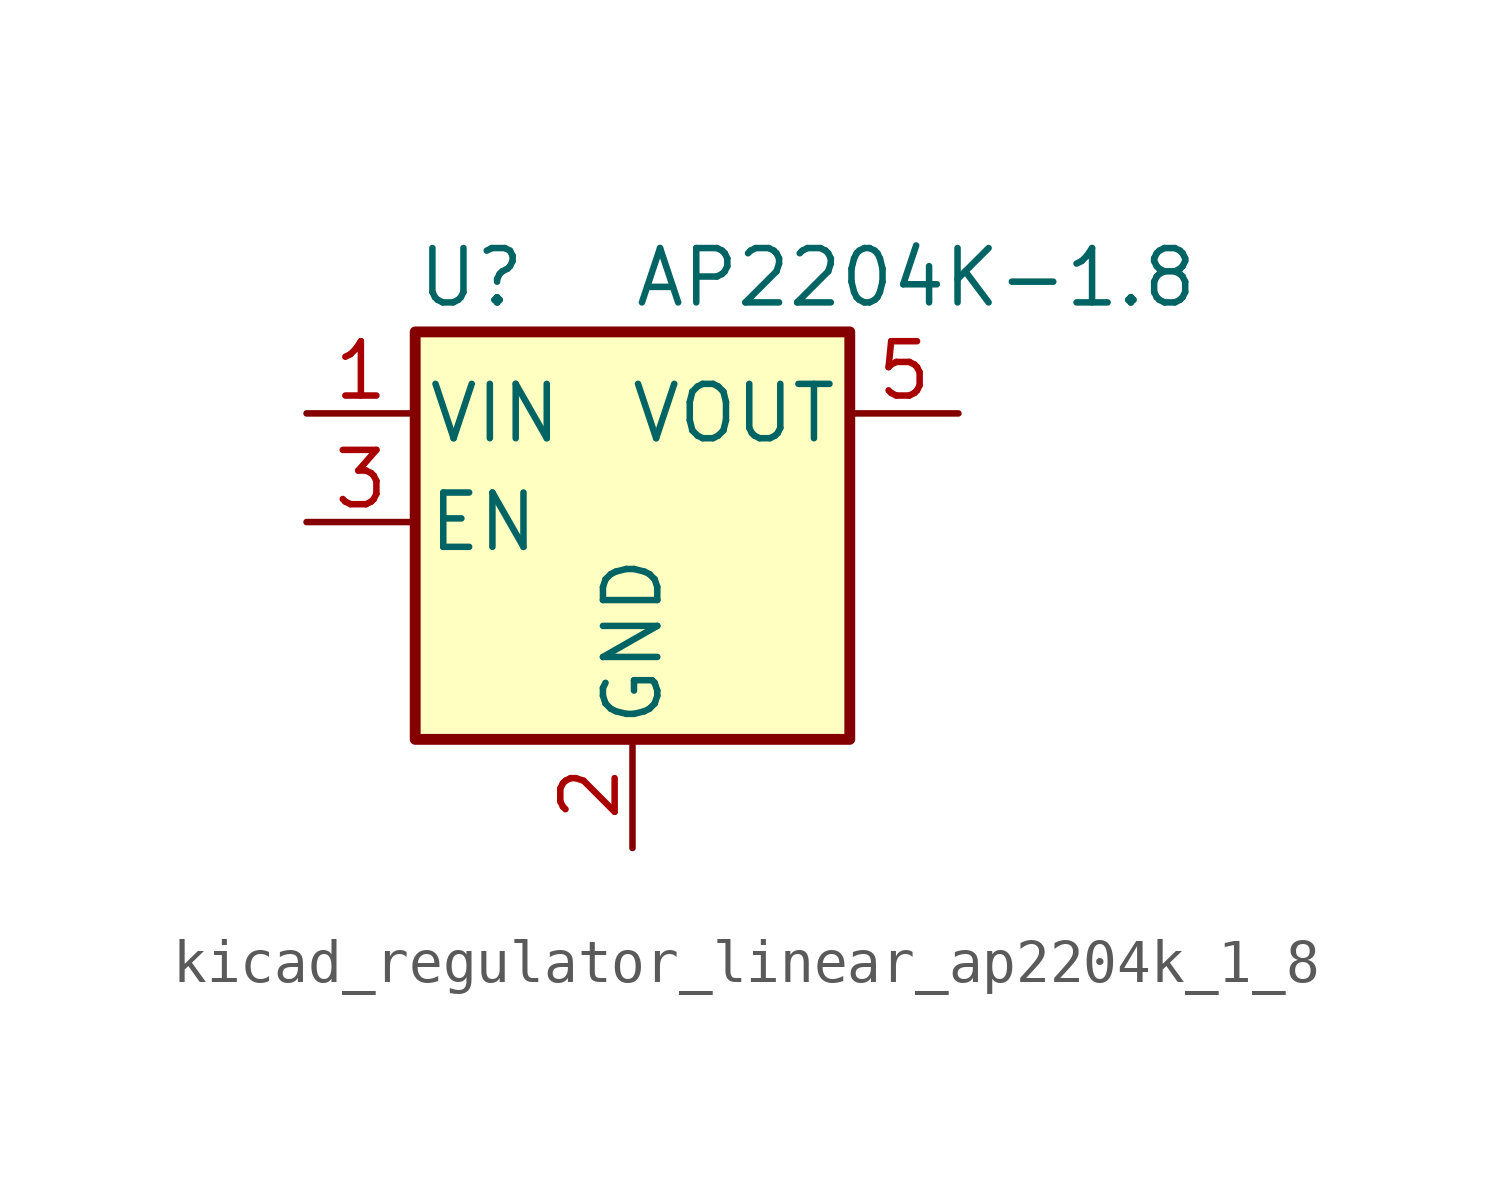
<source format=kicad_sym>
(kicad_symbol_lib
  (version 20220914)
  (generator kicad_symbol_editor)
  (symbol "kicad_regulator_linear_ap2204k_1_8"
    (pin_names
      (offset 0.254))
    (property "Reference" "U"
      (at -5.08 5.715 0)
      (effects (font (size 1.27 1.27)) (justify left)))
    (property "Value" "AP2204K-1.8"
      (at 0 5.715 0)
      (effects (font (size 1.27 1.27)) (justify left)))
    (symbol "kicad_regulator_linear_ap2204k_1_8_0_1"
      (rectangle (start -5.08 4.445) (end 5.08 -5.08) (stroke (width 0.254) (type default)) (fill (type background))))
    (symbol "kicad_regulator_linear_ap2204k_1_8_1_1"
      (pin power_in line (at -7.62 2.54 0) (length 2.54) (name "VIN" (effects (font (size 1.27 1.27)))) (number "1" (effects (font (size 1.27 1.27)))))
      (pin power_in line (at 0 -7.62 90) (length 2.54) (name "GND" (effects (font (size 1.27 1.27)))) (number "2" (effects (font (size 1.27 1.27)))))
      (pin input line (at -7.62 0 0) (length 2.54) (name "EN" (effects (font (size 1.27 1.27)))) (number "3" (effects (font (size 1.27 1.27)))))
      (pin no_connect line (at 5.08 0 180) (length 2.54) hide (name "NC" (effects (font (size 1.27 1.27)))) (number "4" (effects (font (size 1.27 1.27)))))
      (pin power_out line (at 7.62 2.54 180) (length 2.54) (name "VOUT" (effects (font (size 1.27 1.27)))) (number "5" (effects (font (size 1.27 1.27))))))))
</source>
